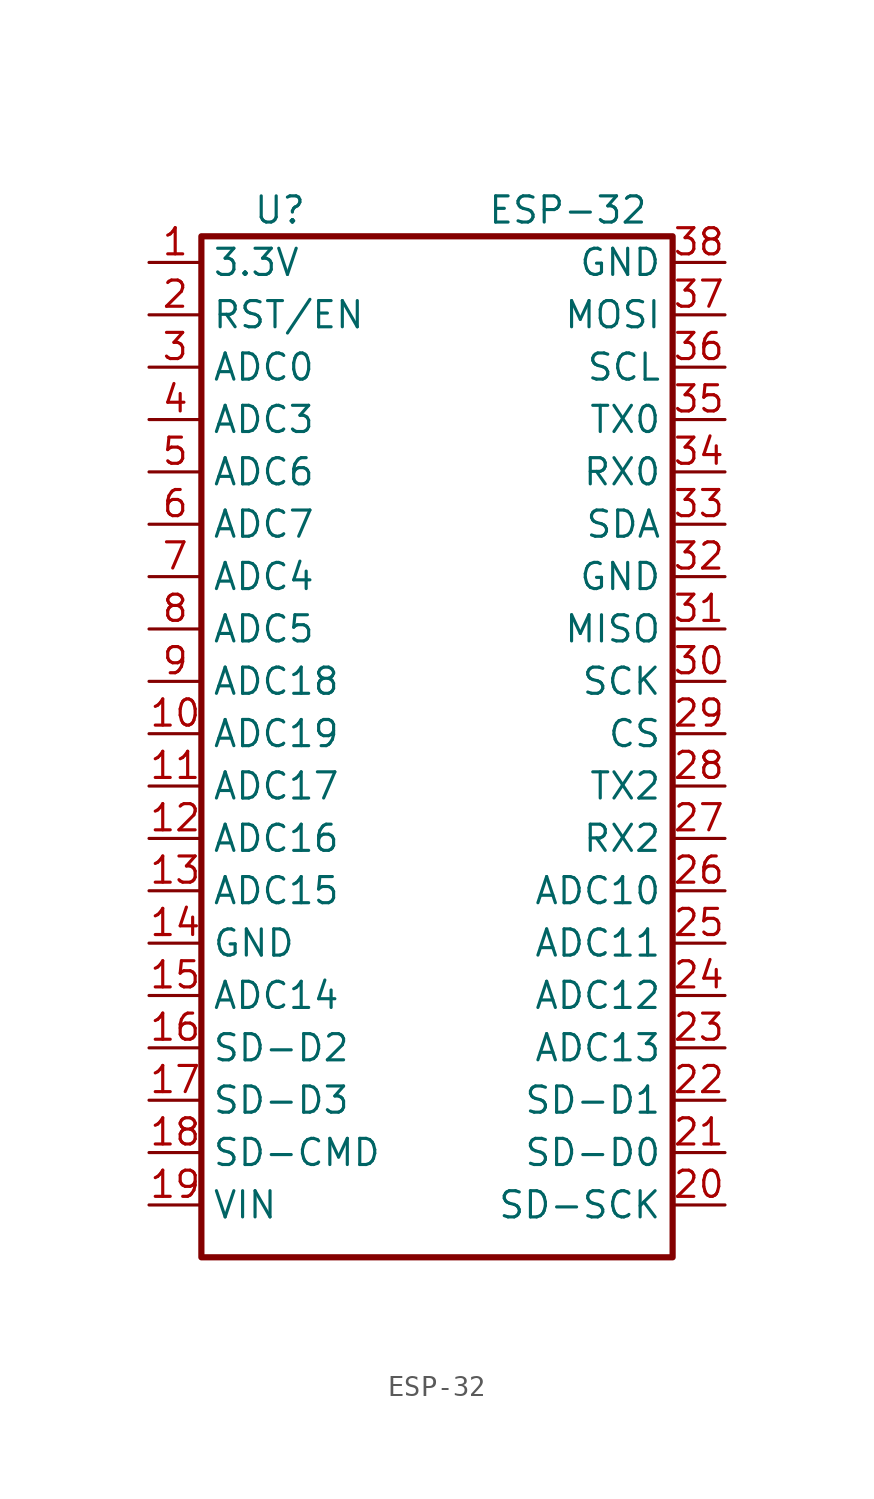
<source format=kicad_sym>
(kicad_symbol_lib
  (version 20211014)
  (generator kicad_symbol_editor)
  (symbol "ESP-32"
    (property "Reference" "U"
      (at -7.62 0 0)
      (effects (font (size 1.27 1.27))))
    (property "Value" "ESP-32"
      (at 6.35 0 0)
      (effects (font (size 1.27 1.27))))
    (symbol "ESP-32_0_1"
      (rectangle (start 11.43 -50.8) (end -11.43 -1.27) (stroke (width 0.3) (type default) (color 0 0 0 0)) (fill (type none))))
    (symbol "ESP-32_1_1"
      (pin power_in line (at -13.97 -2.54 0) (length 2.54) (name "3.3V" (effects (font (size 1.27 1.27)))) (number "1" (effects (font (size 1.27 1.27)))))
      (pin bidirectional line (at -13.97 -25.4 0) (length 2.54) (name "ADC19" (effects (font (size 1.27 1.27)))) (number "10" (effects (font (size 1.27 1.27)))))
      (pin bidirectional line (at -13.97 -27.94 0) (length 2.54) (name "ADC17" (effects (font (size 1.27 1.27)))) (number "11" (effects (font (size 1.27 1.27)))))
      (pin bidirectional line (at -13.97 -30.48 0) (length 2.54) (name "ADC16" (effects (font (size 1.27 1.27)))) (number "12" (effects (font (size 1.27 1.27)))))
      (pin bidirectional line (at -13.97 -33.02 0) (length 2.54) (name "ADC15" (effects (font (size 1.27 1.27)))) (number "13" (effects (font (size 1.27 1.27)))))
      (pin power_in line (at -13.97 -35.56 0) (length 2.54) (name "GND" (effects (font (size 1.27 1.27)))) (number "14" (effects (font (size 1.27 1.27)))))
      (pin bidirectional line (at -13.97 -38.1 0) (length 2.54) (name "ADC14" (effects (font (size 1.27 1.27)))) (number "15" (effects (font (size 1.27 1.27)))))
      (pin bidirectional line (at -13.97 -40.64 0) (length 2.54) (name "SD-D2" (effects (font (size 1.27 1.27)))) (number "16" (effects (font (size 1.27 1.27)))))
      (pin bidirectional line (at -13.97 -43.18 0) (length 2.54) (name "SD-D3" (effects (font (size 1.27 1.27)))) (number "17" (effects (font (size 1.27 1.27)))))
      (pin bidirectional line (at -13.97 -45.72 0) (length 2.54) (name "SD-CMD" (effects (font (size 1.27 1.27)))) (number "18" (effects (font (size 1.27 1.27)))))
      (pin power_in line (at -13.97 -48.26 0) (length 2.54) (name "VIN" (effects (font (size 1.27 1.27)))) (number "19" (effects (font (size 1.27 1.27)))))
      (pin input line (at -13.97 -5.08 0) (length 2.54) (name "RST/EN" (effects (font (size 1.27 1.27)))) (number "2" (effects (font (size 1.27 1.27)))))
      (pin bidirectional line (at 13.97 -48.26 180) (length 2.54) (name "SD-SCK" (effects (font (size 1.27 1.27)))) (number "20" (effects (font (size 1.27 1.27)))))
      (pin bidirectional line (at 13.97 -45.72 180) (length 2.54) (name "SD-D0" (effects (font (size 1.27 1.27)))) (number "21" (effects (font (size 1.27 1.27)))))
      (pin bidirectional line (at 13.97 -43.18 180) (length 2.54) (name "SD-D1" (effects (font (size 1.27 1.27)))) (number "22" (effects (font (size 1.27 1.27)))))
      (pin bidirectional line (at 13.97 -40.64 180) (length 2.54) (name "ADC13" (effects (font (size 1.27 1.27)))) (number "23" (effects (font (size 1.27 1.27)))))
      (pin bidirectional line (at 13.97 -38.1 180) (length 2.54) (name "ADC12" (effects (font (size 1.27 1.27)))) (number "24" (effects (font (size 1.27 1.27)))))
      (pin bidirectional line (at 13.97 -35.56 180) (length 2.54) (name "ADC11" (effects (font (size 1.27 1.27)))) (number "25" (effects (font (size 1.27 1.27)))))
      (pin bidirectional line (at 13.97 -33.02 180) (length 2.54) (name "ADC10" (effects (font (size 1.27 1.27)))) (number "26" (effects (font (size 1.27 1.27)))))
      (pin input line (at 13.97 -30.48 180) (length 2.54) (name "RX2" (effects (font (size 1.27 1.27)))) (number "27" (effects (font (size 1.27 1.27)))))
      (pin output line (at 13.97 -27.94 180) (length 2.54) (name "TX2" (effects (font (size 1.27 1.27)))) (number "28" (effects (font (size 1.27 1.27)))))
      (pin bidirectional line (at 13.97 -25.4 180) (length 2.54) (name "CS" (effects (font (size 1.27 1.27)))) (number "29" (effects (font (size 1.27 1.27)))))
      (pin bidirectional line (at -13.97 -7.62 0) (length 2.54) (name "ADC0" (effects (font (size 1.27 1.27)))) (number "3" (effects (font (size 1.27 1.27)))))
      (pin bidirectional line (at 13.97 -22.86 180) (length 2.54) (name "SCK" (effects (font (size 1.27 1.27)))) (number "30" (effects (font (size 1.27 1.27)))))
      (pin bidirectional line (at 13.97 -20.32 180) (length 2.54) (name "MISO" (effects (font (size 1.27 1.27)))) (number "31" (effects (font (size 1.27 1.27)))))
      (pin power_in line (at 13.97 -17.78 180) (length 2.54) (name "GND" (effects (font (size 1.27 1.27)))) (number "32" (effects (font (size 1.27 1.27)))))
      (pin bidirectional line (at 13.97 -15.24 180) (length 2.54) (name "SDA" (effects (font (size 1.27 1.27)))) (number "33" (effects (font (size 1.27 1.27)))))
      (pin input line (at 13.97 -12.7 180) (length 2.54) (name "RX0" (effects (font (size 1.27 1.27)))) (number "34" (effects (font (size 1.27 1.27)))))
      (pin output line (at 13.97 -10.16 180) (length 2.54) (name "TX0" (effects (font (size 1.27 1.27)))) (number "35" (effects (font (size 1.27 1.27)))))
      (pin bidirectional line (at 13.97 -7.62 180) (length 2.54) (name "SCL" (effects (font (size 1.27 1.27)))) (number "36" (effects (font (size 1.27 1.27)))))
      (pin bidirectional line (at 13.97 -5.08 180) (length 2.54) (name "MOSI" (effects (font (size 1.27 1.27)))) (number "37" (effects (font (size 1.27 1.27)))))
      (pin power_in line (at 13.97 -2.54 180) (length 2.54) (name "GND" (effects (font (size 1.27 1.27)))) (number "38" (effects (font (size 1.27 1.27)))))
      (pin bidirectional line (at -13.97 -10.16 0) (length 2.54) (name "ADC3" (effects (font (size 1.27 1.27)))) (number "4" (effects (font (size 1.27 1.27)))))
      (pin bidirectional line (at -13.97 -12.7 0) (length 2.54) (name "ADC6" (effects (font (size 1.27 1.27)))) (number "5" (effects (font (size 1.27 1.27)))))
      (pin bidirectional line (at -13.97 -15.24 0) (length 2.54) (name "ADC7" (effects (font (size 1.27 1.27)))) (number "6" (effects (font (size 1.27 1.27)))))
      (pin bidirectional line (at -13.97 -17.78 0) (length 2.54) (name "ADC4" (effects (font (size 1.27 1.27)))) (number "7" (effects (font (size 1.27 1.27)))))
      (pin bidirectional line (at -13.97 -20.32 0) (length 2.54) (name "ADC5" (effects (font (size 1.27 1.27)))) (number "8" (effects (font (size 1.27 1.27)))))
      (pin bidirectional line (at -13.97 -22.86 0) (length 2.54) (name "ADC18" (effects (font (size 1.27 1.27)))) (number "9" (effects (font (size 1.27 1.27))))))))
</source>
